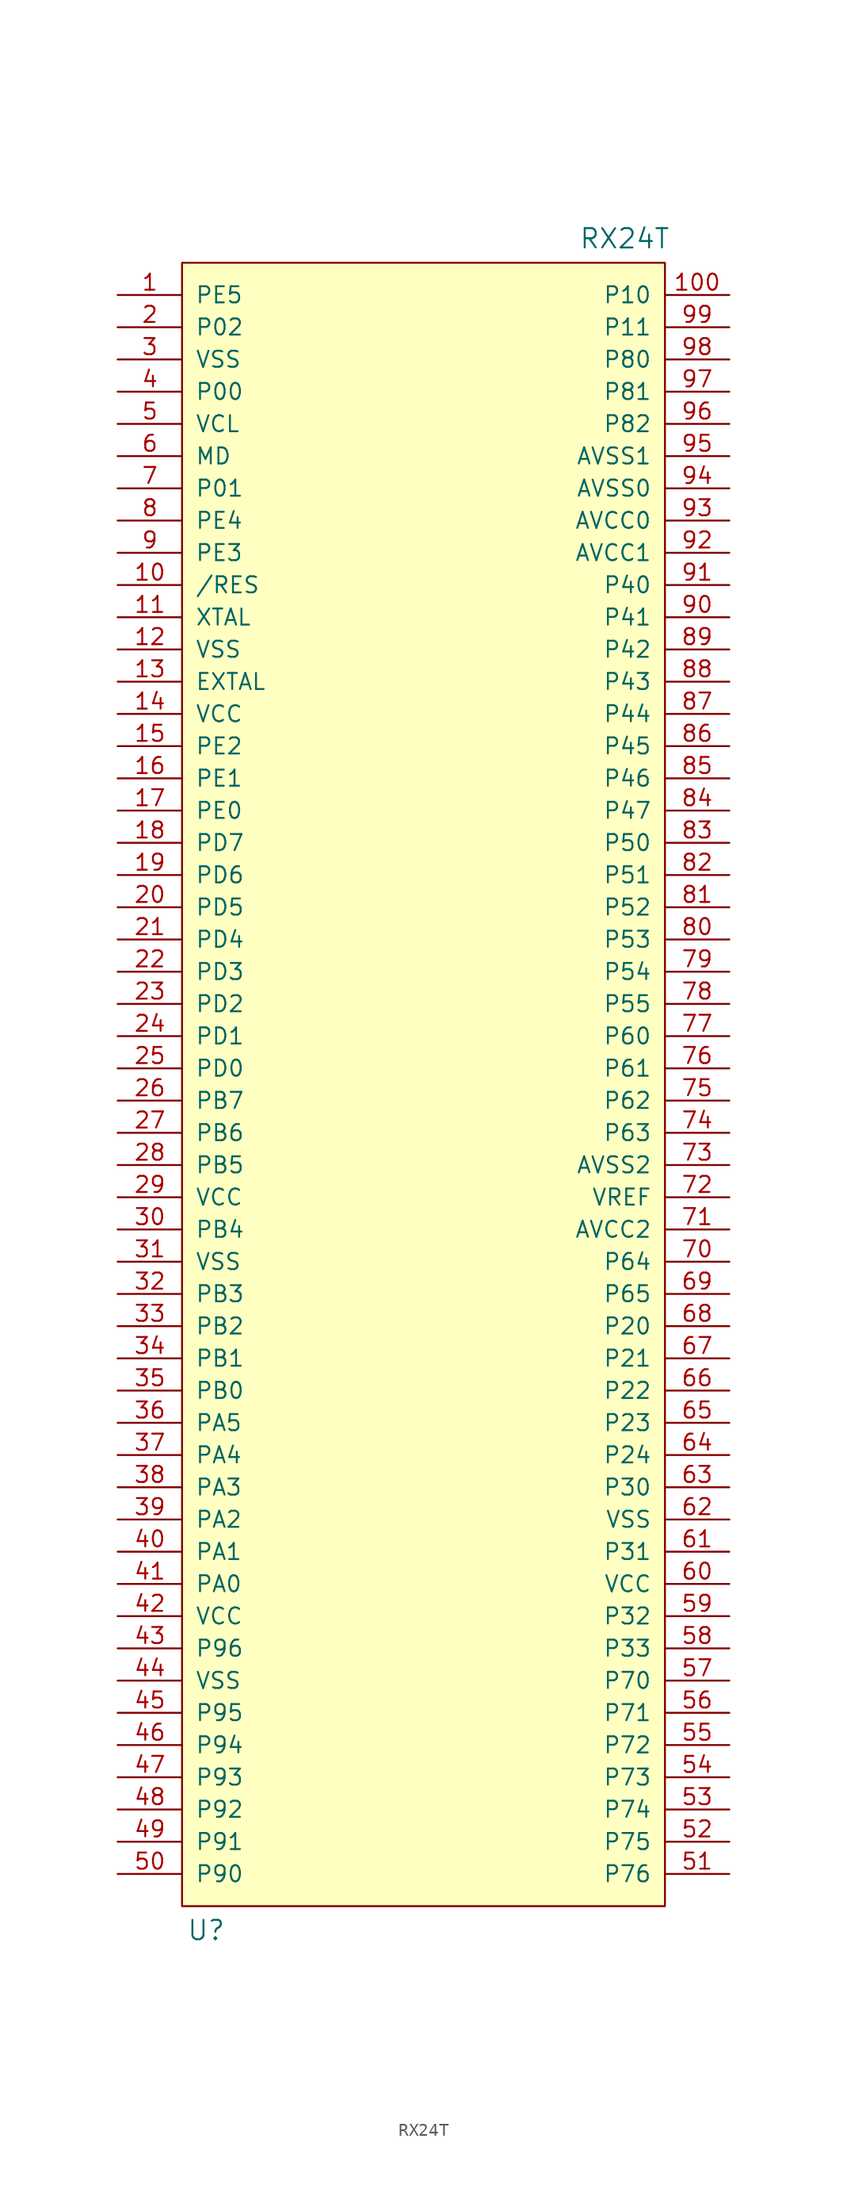
<source format=kicad_sym>
(kicad_symbol_lib
  (version 20211014)
  (generator kicad_symbol_editor)
  (symbol "RX24T"
    (pin_names
      (offset 1.016))
    (property "Reference" "U"
      (at -17.145 -66.675 0)
      (effects (font (size 1.524 1.524))))
    (property "Value" "RX24T"
      (at 15.875 66.675 0)
      (effects (font (size 1.524 1.524))))
    (property "Footprint" ""
      (at -17.145 -66.675 0)
      (effects (font (size 1.524 1.524))))
    (property "Datasheet" ""
      (at -17.145 -66.675 0)
      (effects (font (size 1.524 1.524))))
    (symbol "RX24T_0_1"
      (rectangle (start -19.05 64.77) (end 19.05 -64.77) (stroke (width 0) (type default) (color 0 0 0 0)) (fill (type background))))
    (symbol "RX24T_1_1"
      (pin bidirectional line (at -24.13 62.23 0) (length 5.08) (name "PE5" (effects (font (size 1.27 1.27)))) (number "1" (effects (font (size 1.27 1.27)))))
      (pin bidirectional line (at -24.13 39.37 0) (length 5.08) (name "/RES" (effects (font (size 1.27 1.27)))) (number "10" (effects (font (size 1.27 1.27)))))
      (pin bidirectional line (at 24.13 62.23 180) (length 5.08) (name "P10" (effects (font (size 1.27 1.27)))) (number "100" (effects (font (size 1.27 1.27)))))
      (pin bidirectional line (at -24.13 36.83 0) (length 5.08) (name "XTAL" (effects (font (size 1.27 1.27)))) (number "11" (effects (font (size 1.27 1.27)))))
      (pin bidirectional line (at -24.13 34.29 0) (length 5.08) (name "VSS" (effects (font (size 1.27 1.27)))) (number "12" (effects (font (size 1.27 1.27)))))
      (pin bidirectional line (at -24.13 31.75 0) (length 5.08) (name "EXTAL" (effects (font (size 1.27 1.27)))) (number "13" (effects (font (size 1.27 1.27)))))
      (pin bidirectional line (at -24.13 29.21 0) (length 5.08) (name "VCC" (effects (font (size 1.27 1.27)))) (number "14" (effects (font (size 1.27 1.27)))))
      (pin bidirectional line (at -24.13 26.67 0) (length 5.08) (name "PE2" (effects (font (size 1.27 1.27)))) (number "15" (effects (font (size 1.27 1.27)))))
      (pin bidirectional line (at -24.13 24.13 0) (length 5.08) (name "PE1" (effects (font (size 1.27 1.27)))) (number "16" (effects (font (size 1.27 1.27)))))
      (pin bidirectional line (at -24.13 21.59 0) (length 5.08) (name "PE0" (effects (font (size 1.27 1.27)))) (number "17" (effects (font (size 1.27 1.27)))))
      (pin bidirectional line (at -24.13 19.05 0) (length 5.08) (name "PD7" (effects (font (size 1.27 1.27)))) (number "18" (effects (font (size 1.27 1.27)))))
      (pin bidirectional line (at -24.13 16.51 0) (length 5.08) (name "PD6" (effects (font (size 1.27 1.27)))) (number "19" (effects (font (size 1.27 1.27)))))
      (pin bidirectional line (at -24.13 59.69 0) (length 5.08) (name "P02" (effects (font (size 1.27 1.27)))) (number "2" (effects (font (size 1.27 1.27)))))
      (pin bidirectional line (at -24.13 13.97 0) (length 5.08) (name "PD5" (effects (font (size 1.27 1.27)))) (number "20" (effects (font (size 1.27 1.27)))))
      (pin bidirectional line (at -24.13 11.43 0) (length 5.08) (name "PD4" (effects (font (size 1.27 1.27)))) (number "21" (effects (font (size 1.27 1.27)))))
      (pin bidirectional line (at -24.13 8.89 0) (length 5.08) (name "PD3" (effects (font (size 1.27 1.27)))) (number "22" (effects (font (size 1.27 1.27)))))
      (pin bidirectional line (at -24.13 6.35 0) (length 5.08) (name "PD2" (effects (font (size 1.27 1.27)))) (number "23" (effects (font (size 1.27 1.27)))))
      (pin bidirectional line (at -24.13 3.81 0) (length 5.08) (name "PD1" (effects (font (size 1.27 1.27)))) (number "24" (effects (font (size 1.27 1.27)))))
      (pin bidirectional line (at -24.13 1.27 0) (length 5.08) (name "PD0" (effects (font (size 1.27 1.27)))) (number "25" (effects (font (size 1.27 1.27)))))
      (pin bidirectional line (at -24.13 -1.27 0) (length 5.08) (name "PB7" (effects (font (size 1.27 1.27)))) (number "26" (effects (font (size 1.27 1.27)))))
      (pin bidirectional line (at -24.13 -3.81 0) (length 5.08) (name "PB6" (effects (font (size 1.27 1.27)))) (number "27" (effects (font (size 1.27 1.27)))))
      (pin bidirectional line (at -24.13 -6.35 0) (length 5.08) (name "PB5" (effects (font (size 1.27 1.27)))) (number "28" (effects (font (size 1.27 1.27)))))
      (pin bidirectional line (at -24.13 -8.89 0) (length 5.08) (name "VCC" (effects (font (size 1.27 1.27)))) (number "29" (effects (font (size 1.27 1.27)))))
      (pin bidirectional line (at -24.13 57.15 0) (length 5.08) (name "VSS" (effects (font (size 1.27 1.27)))) (number "3" (effects (font (size 1.27 1.27)))))
      (pin bidirectional line (at -24.13 -11.43 0) (length 5.08) (name "PB4" (effects (font (size 1.27 1.27)))) (number "30" (effects (font (size 1.27 1.27)))))
      (pin bidirectional line (at -24.13 -13.97 0) (length 5.08) (name "VSS" (effects (font (size 1.27 1.27)))) (number "31" (effects (font (size 1.27 1.27)))))
      (pin bidirectional line (at -24.13 -16.51 0) (length 5.08) (name "PB3" (effects (font (size 1.27 1.27)))) (number "32" (effects (font (size 1.27 1.27)))))
      (pin bidirectional line (at -24.13 -19.05 0) (length 5.08) (name "PB2" (effects (font (size 1.27 1.27)))) (number "33" (effects (font (size 1.27 1.27)))))
      (pin bidirectional line (at -24.13 -21.59 0) (length 5.08) (name "PB1" (effects (font (size 1.27 1.27)))) (number "34" (effects (font (size 1.27 1.27)))))
      (pin bidirectional line (at -24.13 -24.13 0) (length 5.08) (name "PB0" (effects (font (size 1.27 1.27)))) (number "35" (effects (font (size 1.27 1.27)))))
      (pin bidirectional line (at -24.13 -26.67 0) (length 5.08) (name "PA5" (effects (font (size 1.27 1.27)))) (number "36" (effects (font (size 1.27 1.27)))))
      (pin bidirectional line (at -24.13 -29.21 0) (length 5.08) (name "PA4" (effects (font (size 1.27 1.27)))) (number "37" (effects (font (size 1.27 1.27)))))
      (pin bidirectional line (at -24.13 -31.75 0) (length 5.08) (name "PA3" (effects (font (size 1.27 1.27)))) (number "38" (effects (font (size 1.27 1.27)))))
      (pin bidirectional line (at -24.13 -34.29 0) (length 5.08) (name "PA2" (effects (font (size 1.27 1.27)))) (number "39" (effects (font (size 1.27 1.27)))))
      (pin bidirectional line (at -24.13 54.61 0) (length 5.08) (name "P00" (effects (font (size 1.27 1.27)))) (number "4" (effects (font (size 1.27 1.27)))))
      (pin bidirectional line (at -24.13 -36.83 0) (length 5.08) (name "PA1" (effects (font (size 1.27 1.27)))) (number "40" (effects (font (size 1.27 1.27)))))
      (pin bidirectional line (at -24.13 -39.37 0) (length 5.08) (name "PA0" (effects (font (size 1.27 1.27)))) (number "41" (effects (font (size 1.27 1.27)))))
      (pin bidirectional line (at -24.13 -41.91 0) (length 5.08) (name "VCC" (effects (font (size 1.27 1.27)))) (number "42" (effects (font (size 1.27 1.27)))))
      (pin bidirectional line (at -24.13 -44.45 0) (length 5.08) (name "P96" (effects (font (size 1.27 1.27)))) (number "43" (effects (font (size 1.27 1.27)))))
      (pin bidirectional line (at -24.13 -46.99 0) (length 5.08) (name "VSS" (effects (font (size 1.27 1.27)))) (number "44" (effects (font (size 1.27 1.27)))))
      (pin bidirectional line (at -24.13 -49.53 0) (length 5.08) (name "P95" (effects (font (size 1.27 1.27)))) (number "45" (effects (font (size 1.27 1.27)))))
      (pin bidirectional line (at -24.13 -52.07 0) (length 5.08) (name "P94" (effects (font (size 1.27 1.27)))) (number "46" (effects (font (size 1.27 1.27)))))
      (pin bidirectional line (at -24.13 -54.61 0) (length 5.08) (name "P93" (effects (font (size 1.27 1.27)))) (number "47" (effects (font (size 1.27 1.27)))))
      (pin bidirectional line (at -24.13 -57.15 0) (length 5.08) (name "P92" (effects (font (size 1.27 1.27)))) (number "48" (effects (font (size 1.27 1.27)))))
      (pin bidirectional line (at -24.13 -59.69 0) (length 5.08) (name "P91" (effects (font (size 1.27 1.27)))) (number "49" (effects (font (size 1.27 1.27)))))
      (pin bidirectional line (at -24.13 52.07 0) (length 5.08) (name "VCL" (effects (font (size 1.27 1.27)))) (number "5" (effects (font (size 1.27 1.27)))))
      (pin bidirectional line (at -24.13 -62.23 0) (length 5.08) (name "P90" (effects (font (size 1.27 1.27)))) (number "50" (effects (font (size 1.27 1.27)))))
      (pin bidirectional line (at 24.13 -62.23 180) (length 5.08) (name "P76" (effects (font (size 1.27 1.27)))) (number "51" (effects (font (size 1.27 1.27)))))
      (pin bidirectional line (at 24.13 -59.69 180) (length 5.08) (name "P75" (effects (font (size 1.27 1.27)))) (number "52" (effects (font (size 1.27 1.27)))))
      (pin bidirectional line (at 24.13 -57.15 180) (length 5.08) (name "P74" (effects (font (size 1.27 1.27)))) (number "53" (effects (font (size 1.27 1.27)))))
      (pin bidirectional line (at 24.13 -54.61 180) (length 5.08) (name "P73" (effects (font (size 1.27 1.27)))) (number "54" (effects (font (size 1.27 1.27)))))
      (pin bidirectional line (at 24.13 -52.07 180) (length 5.08) (name "P72" (effects (font (size 1.27 1.27)))) (number "55" (effects (font (size 1.27 1.27)))))
      (pin bidirectional line (at 24.13 -49.53 180) (length 5.08) (name "P71" (effects (font (size 1.27 1.27)))) (number "56" (effects (font (size 1.27 1.27)))))
      (pin bidirectional line (at 24.13 -46.99 180) (length 5.08) (name "P70" (effects (font (size 1.27 1.27)))) (number "57" (effects (font (size 1.27 1.27)))))
      (pin bidirectional line (at 24.13 -44.45 180) (length 5.08) (name "P33" (effects (font (size 1.27 1.27)))) (number "58" (effects (font (size 1.27 1.27)))))
      (pin bidirectional line (at 24.13 -41.91 180) (length 5.08) (name "P32" (effects (font (size 1.27 1.27)))) (number "59" (effects (font (size 1.27 1.27)))))
      (pin bidirectional line (at -24.13 49.53 0) (length 5.08) (name "MD" (effects (font (size 1.27 1.27)))) (number "6" (effects (font (size 1.27 1.27)))))
      (pin bidirectional line (at 24.13 -39.37 180) (length 5.08) (name "VCC" (effects (font (size 1.27 1.27)))) (number "60" (effects (font (size 1.27 1.27)))))
      (pin bidirectional line (at 24.13 -36.83 180) (length 5.08) (name "P31" (effects (font (size 1.27 1.27)))) (number "61" (effects (font (size 1.27 1.27)))))
      (pin bidirectional line (at 24.13 -34.29 180) (length 5.08) (name "VSS" (effects (font (size 1.27 1.27)))) (number "62" (effects (font (size 1.27 1.27)))))
      (pin bidirectional line (at 24.13 -31.75 180) (length 5.08) (name "P30" (effects (font (size 1.27 1.27)))) (number "63" (effects (font (size 1.27 1.27)))))
      (pin bidirectional line (at 24.13 -29.21 180) (length 5.08) (name "P24" (effects (font (size 1.27 1.27)))) (number "64" (effects (font (size 1.27 1.27)))))
      (pin bidirectional line (at 24.13 -26.67 180) (length 5.08) (name "P23" (effects (font (size 1.27 1.27)))) (number "65" (effects (font (size 1.27 1.27)))))
      (pin bidirectional line (at 24.13 -24.13 180) (length 5.08) (name "P22" (effects (font (size 1.27 1.27)))) (number "66" (effects (font (size 1.27 1.27)))))
      (pin bidirectional line (at 24.13 -21.59 180) (length 5.08) (name "P21" (effects (font (size 1.27 1.27)))) (number "67" (effects (font (size 1.27 1.27)))))
      (pin bidirectional line (at 24.13 -19.05 180) (length 5.08) (name "P20" (effects (font (size 1.27 1.27)))) (number "68" (effects (font (size 1.27 1.27)))))
      (pin bidirectional line (at 24.13 -16.51 180) (length 5.08) (name "P65" (effects (font (size 1.27 1.27)))) (number "69" (effects (font (size 1.27 1.27)))))
      (pin bidirectional line (at -24.13 46.99 0) (length 5.08) (name "P01" (effects (font (size 1.27 1.27)))) (number "7" (effects (font (size 1.27 1.27)))))
      (pin bidirectional line (at 24.13 -13.97 180) (length 5.08) (name "P64" (effects (font (size 1.27 1.27)))) (number "70" (effects (font (size 1.27 1.27)))))
      (pin bidirectional line (at 24.13 -11.43 180) (length 5.08) (name "AVCC2" (effects (font (size 1.27 1.27)))) (number "71" (effects (font (size 1.27 1.27)))))
      (pin bidirectional line (at 24.13 -8.89 180) (length 5.08) (name "VREF" (effects (font (size 1.27 1.27)))) (number "72" (effects (font (size 1.27 1.27)))))
      (pin bidirectional line (at 24.13 -6.35 180) (length 5.08) (name "AVSS2" (effects (font (size 1.27 1.27)))) (number "73" (effects (font (size 1.27 1.27)))))
      (pin bidirectional line (at 24.13 -3.81 180) (length 5.08) (name "P63" (effects (font (size 1.27 1.27)))) (number "74" (effects (font (size 1.27 1.27)))))
      (pin bidirectional line (at 24.13 -1.27 180) (length 5.08) (name "P62" (effects (font (size 1.27 1.27)))) (number "75" (effects (font (size 1.27 1.27)))))
      (pin bidirectional line (at 24.13 1.27 180) (length 5.08) (name "P61" (effects (font (size 1.27 1.27)))) (number "76" (effects (font (size 1.27 1.27)))))
      (pin bidirectional line (at 24.13 3.81 180) (length 5.08) (name "P60" (effects (font (size 1.27 1.27)))) (number "77" (effects (font (size 1.27 1.27)))))
      (pin bidirectional line (at 24.13 6.35 180) (length 5.08) (name "P55" (effects (font (size 1.27 1.27)))) (number "78" (effects (font (size 1.27 1.27)))))
      (pin bidirectional line (at 24.13 8.89 180) (length 5.08) (name "P54" (effects (font (size 1.27 1.27)))) (number "79" (effects (font (size 1.27 1.27)))))
      (pin bidirectional line (at -24.13 44.45 0) (length 5.08) (name "PE4" (effects (font (size 1.27 1.27)))) (number "8" (effects (font (size 1.27 1.27)))))
      (pin bidirectional line (at 24.13 11.43 180) (length 5.08) (name "P53" (effects (font (size 1.27 1.27)))) (number "80" (effects (font (size 1.27 1.27)))))
      (pin bidirectional line (at 24.13 13.97 180) (length 5.08) (name "P52" (effects (font (size 1.27 1.27)))) (number "81" (effects (font (size 1.27 1.27)))))
      (pin bidirectional line (at 24.13 16.51 180) (length 5.08) (name "P51" (effects (font (size 1.27 1.27)))) (number "82" (effects (font (size 1.27 1.27)))))
      (pin bidirectional line (at 24.13 19.05 180) (length 5.08) (name "P50" (effects (font (size 1.27 1.27)))) (number "83" (effects (font (size 1.27 1.27)))))
      (pin bidirectional line (at 24.13 21.59 180) (length 5.08) (name "P47" (effects (font (size 1.27 1.27)))) (number "84" (effects (font (size 1.27 1.27)))))
      (pin bidirectional line (at 24.13 24.13 180) (length 5.08) (name "P46" (effects (font (size 1.27 1.27)))) (number "85" (effects (font (size 1.27 1.27)))))
      (pin bidirectional line (at 24.13 26.67 180) (length 5.08) (name "P45" (effects (font (size 1.27 1.27)))) (number "86" (effects (font (size 1.27 1.27)))))
      (pin bidirectional line (at 24.13 29.21 180) (length 5.08) (name "P44" (effects (font (size 1.27 1.27)))) (number "87" (effects (font (size 1.27 1.27)))))
      (pin bidirectional line (at 24.13 31.75 180) (length 5.08) (name "P43" (effects (font (size 1.27 1.27)))) (number "88" (effects (font (size 1.27 1.27)))))
      (pin bidirectional line (at 24.13 34.29 180) (length 5.08) (name "P42" (effects (font (size 1.27 1.27)))) (number "89" (effects (font (size 1.27 1.27)))))
      (pin bidirectional line (at -24.13 41.91 0) (length 5.08) (name "PE3" (effects (font (size 1.27 1.27)))) (number "9" (effects (font (size 1.27 1.27)))))
      (pin bidirectional line (at 24.13 36.83 180) (length 5.08) (name "P41" (effects (font (size 1.27 1.27)))) (number "90" (effects (font (size 1.27 1.27)))))
      (pin bidirectional line (at 24.13 39.37 180) (length 5.08) (name "P40" (effects (font (size 1.27 1.27)))) (number "91" (effects (font (size 1.27 1.27)))))
      (pin bidirectional line (at 24.13 41.91 180) (length 5.08) (name "AVCC1" (effects (font (size 1.27 1.27)))) (number "92" (effects (font (size 1.27 1.27)))))
      (pin bidirectional line (at 24.13 44.45 180) (length 5.08) (name "AVCC0" (effects (font (size 1.27 1.27)))) (number "93" (effects (font (size 1.27 1.27)))))
      (pin bidirectional line (at 24.13 46.99 180) (length 5.08) (name "AVSS0" (effects (font (size 1.27 1.27)))) (number "94" (effects (font (size 1.27 1.27)))))
      (pin bidirectional line (at 24.13 49.53 180) (length 5.08) (name "AVSS1" (effects (font (size 1.27 1.27)))) (number "95" (effects (font (size 1.27 1.27)))))
      (pin bidirectional line (at 24.13 52.07 180) (length 5.08) (name "P82" (effects (font (size 1.27 1.27)))) (number "96" (effects (font (size 1.27 1.27)))))
      (pin bidirectional line (at 24.13 54.61 180) (length 5.08) (name "P81" (effects (font (size 1.27 1.27)))) (number "97" (effects (font (size 1.27 1.27)))))
      (pin bidirectional line (at 24.13 57.15 180) (length 5.08) (name "P80" (effects (font (size 1.27 1.27)))) (number "98" (effects (font (size 1.27 1.27)))))
      (pin bidirectional line (at 24.13 59.69 180) (length 5.08) (name "P11" (effects (font (size 1.27 1.27)))) (number "99" (effects (font (size 1.27 1.27))))))))
</source>
